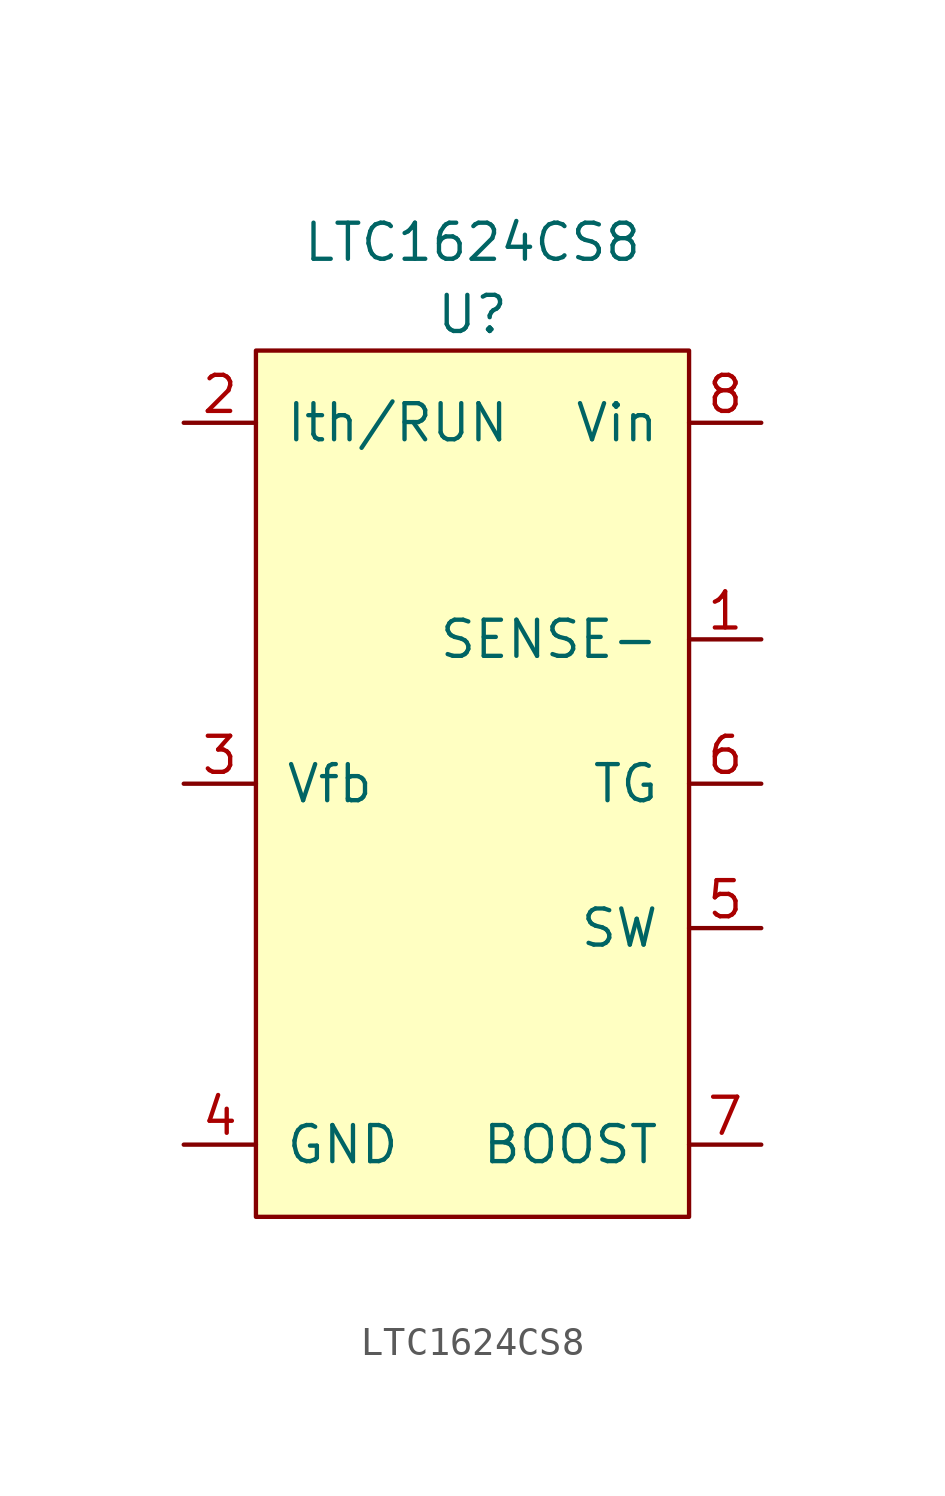
<source format=kicad_sym>
(kicad_symbol_lib
  (version 20211014)
  (generator kicad_symbol_editor)
  (symbol "LTC1624CS8"
    (pin_names
      (offset 1.016))
    (property "Reference" "U"
      (at 0 1.27 0)
      (effects (font (size 1.27 1.27))))
    (property "Value" "LTC1624CS8"
      (at 0 3.81 0)
      (effects (font (size 1.27 1.27))))
    (symbol "LTC1624CS8_0_1"
      (rectangle (start -7.62 0) (end 7.62 -30.48) (stroke (width 0) (type default) (color 0 0 0 0)) (fill (type background))))
    (symbol "LTC1624CS8_1_1"
      (pin input line (at 10.16 -10.16 180) (length 2.54) (name "SENSE-" (effects (font (size 1.27 1.27)))) (number "1" (effects (font (size 1.27 1.27)))))
      (pin input line (at -10.16 -2.54 0) (length 2.54) (name "Ith/RUN" (effects (font (size 1.27 1.27)))) (number "2" (effects (font (size 1.27 1.27)))))
      (pin input line (at -10.16 -15.24 0) (length 2.54) (name "Vfb" (effects (font (size 1.27 1.27)))) (number "3" (effects (font (size 1.27 1.27)))))
      (pin input line (at -10.16 -27.94 0) (length 2.54) (name "GND" (effects (font (size 1.27 1.27)))) (number "4" (effects (font (size 1.27 1.27)))))
      (pin input line (at 10.16 -20.32 180) (length 2.54) (name "SW" (effects (font (size 1.27 1.27)))) (number "5" (effects (font (size 1.27 1.27)))))
      (pin input line (at 10.16 -15.24 180) (length 2.54) (name "TG" (effects (font (size 1.27 1.27)))) (number "6" (effects (font (size 1.27 1.27)))))
      (pin input line (at 10.16 -27.94 180) (length 2.54) (name "BOOST" (effects (font (size 1.27 1.27)))) (number "7" (effects (font (size 1.27 1.27)))))
      (pin input line (at 10.16 -2.54 180) (length 2.54) (name "Vin" (effects (font (size 1.27 1.27)))) (number "8" (effects (font (size 1.27 1.27))))))))
</source>
